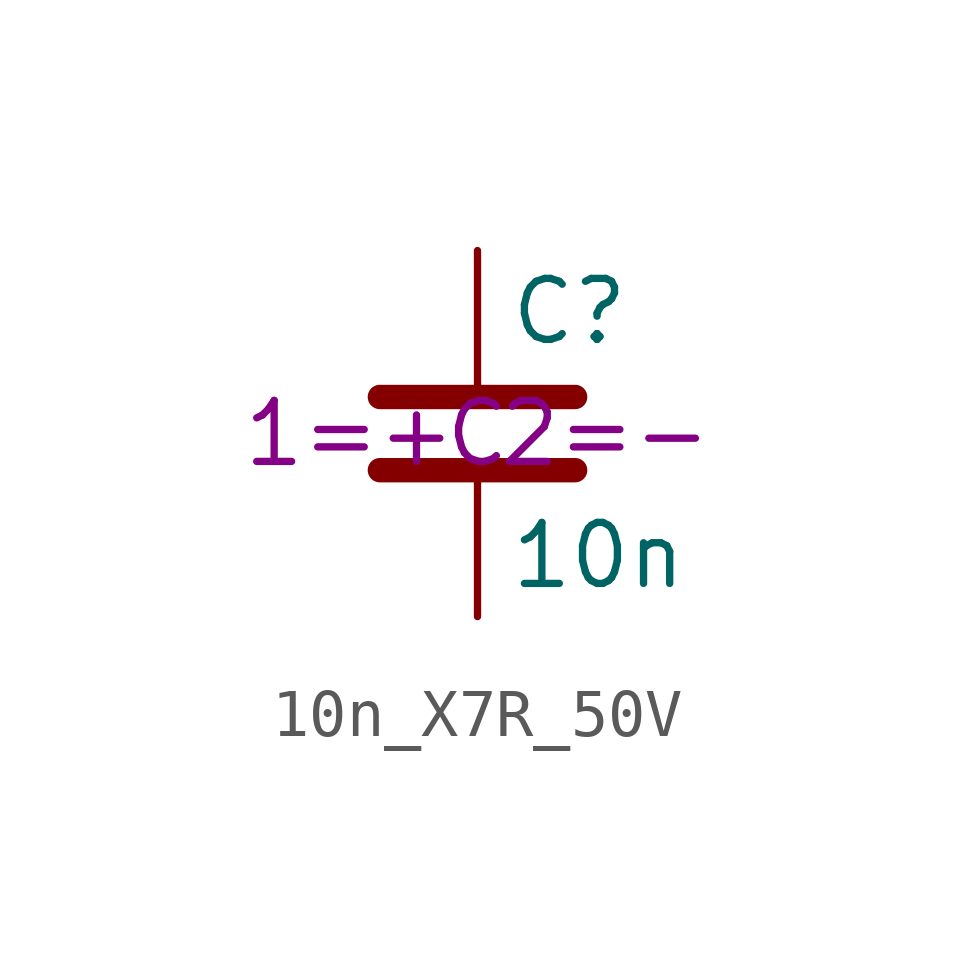
<source format=kicad_sym>
(kicad_symbol_lib
  (version 20241209)
  (generator "kicad_symbol_editor")
  (generator_version "9.0")
  (symbol "10n_X7R_50V"
    (pin_numbers
      (hide yes))
    (pin_names
      (offset 0.254))
    (property "Reference" "C"
      (at 0.635 2.54 0)
      (effects (font (size 1.27 1.27)) (justify left)))
    (property "Value" "10n"
      (at 0.635 -2.54 0)
      (effects (font (size 1.27 1.27)) (justify left)))
    (property "Sim.Device" "C"
      (at 0 0 0)
      (effects (font (size 1.27 1.27))))
    (property "Sim.Pins" "1=+ 2=-"
      (at 0 0 0)
      (effects (font (size 1.27 1.27))))
    (symbol "10n_X7R_50V_0_1"
      (polyline (pts (xy -2.032 0.762) (xy 2.032 0.762)) (stroke (width 0.508) (type default)) (fill (type none)))
      (polyline (pts (xy -2.032 -0.762) (xy 2.032 -0.762)) (stroke (width 0.508) (type default)) (fill (type none))))
    (symbol "10n_X7R_50V_1_1"
      (pin passive line (at 0 3.81 270) (length 2.794) (name "~" (effects (font (size 1.27 1.27)))) (number "1" (effects (font (size 1.27 1.27)))))
      (pin passive line (at 0 -3.81 90) (length 2.794) (name "~" (effects (font (size 1.27 1.27)))) (number "2" (effects (font (size 1.27 1.27))))))))
</source>
